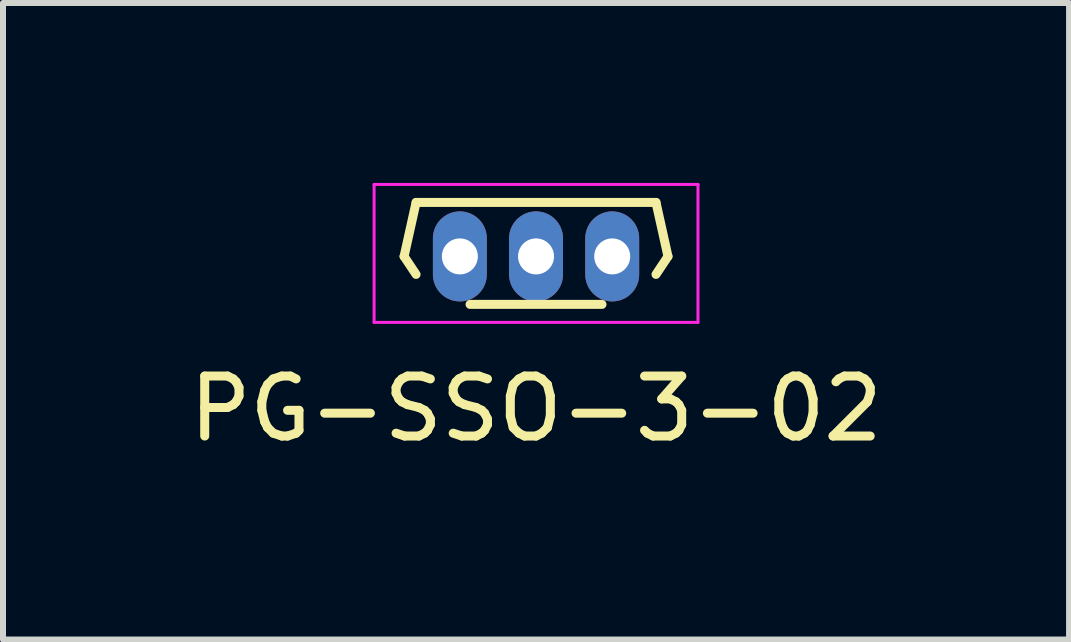
<source format=kicad_pcb>
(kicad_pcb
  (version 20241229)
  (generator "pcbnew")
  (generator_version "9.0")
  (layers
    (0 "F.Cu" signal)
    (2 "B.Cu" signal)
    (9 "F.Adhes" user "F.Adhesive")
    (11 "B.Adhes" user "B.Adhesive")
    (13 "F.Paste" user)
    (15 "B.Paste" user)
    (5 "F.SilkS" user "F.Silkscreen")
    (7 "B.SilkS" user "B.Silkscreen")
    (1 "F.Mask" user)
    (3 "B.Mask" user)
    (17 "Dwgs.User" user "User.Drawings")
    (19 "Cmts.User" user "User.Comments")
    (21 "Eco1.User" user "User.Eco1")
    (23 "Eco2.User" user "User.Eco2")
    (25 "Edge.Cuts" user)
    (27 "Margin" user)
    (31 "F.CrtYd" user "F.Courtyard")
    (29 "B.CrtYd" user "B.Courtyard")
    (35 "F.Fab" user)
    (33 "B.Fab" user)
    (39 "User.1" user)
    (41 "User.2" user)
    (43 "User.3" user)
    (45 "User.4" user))
  (footprint "PG-SSO-3-02"
    (layer "F.Cu")
    (at 5.887 1.225)
    (property "Reference" "PG-SSO-3-02" (at 0 2.54 0) (layer "F.SilkS") (effects (font (size 1 1) (thickness 0.15))))
    (attr through_hole)
    (fp_line (start -2.2 0) (end -2 0.3) (stroke (width 0.15) (type solid)) (layer "F.SilkS"))
    (fp_line (start -2 -0.9) (end -2.2 0) (stroke (width 0.15) (type solid)) (layer "F.SilkS"))
    (fp_line (start -2 -0.9) (end 2 -0.9) (stroke (width 0.15) (type solid)) (layer "F.SilkS"))
    (fp_line (start -1.1 0.8) (end 1.1 0.8) (stroke (width 0.15) (type solid)) (layer "F.SilkS"))
    (fp_line (start 2 -0.9) (end 2.2 0) (stroke (width 0.15) (type solid)) (layer "F.SilkS"))
    (fp_line (start 2.2 0) (end 2 0.3) (stroke (width 0.15) (type solid)) (layer "F.SilkS"))
    (fp_line (start -2.7 -1.2) (end 2.7 -1.2) (stroke (width 0.05) (type solid)) (layer "F.CrtYd"))
    (fp_line (start -2.7 1.1) (end -2.7 -1.2) (stroke (width 0.05) (type solid)) (layer "F.CrtYd"))
    (fp_line (start -2.7 1.1) (end 2.7 1.1) (stroke (width 0.05) (type solid)) (layer "F.CrtYd"))
    (fp_line (start 2.7 1.1) (end 2.7 -1.2) (stroke (width 0.05) (type solid)) (layer "F.CrtYd"))
    (pad "1" thru_hole oval (at -1.27 0 180) (size 0.899 1.501) (drill 0.6) (layers "*.Cu" "*.Mask"))
    (pad "2" thru_hole oval (at 0 0 180) (size 0.899 1.501) (drill 0.6) (layers "*.Cu" "*.Mask"))
    (pad "3" thru_hole oval (at 1.27 0 180) (size 0.899 1.501) (drill 0.6) (layers "*.Cu" "*.Mask")))
  (gr_rect
    (start -3 -3)
    (end 14.774 7.613)
    (stroke (width 0.1) (type default))
    (fill no)
    (layer "Edge.Cuts")))
</source>
